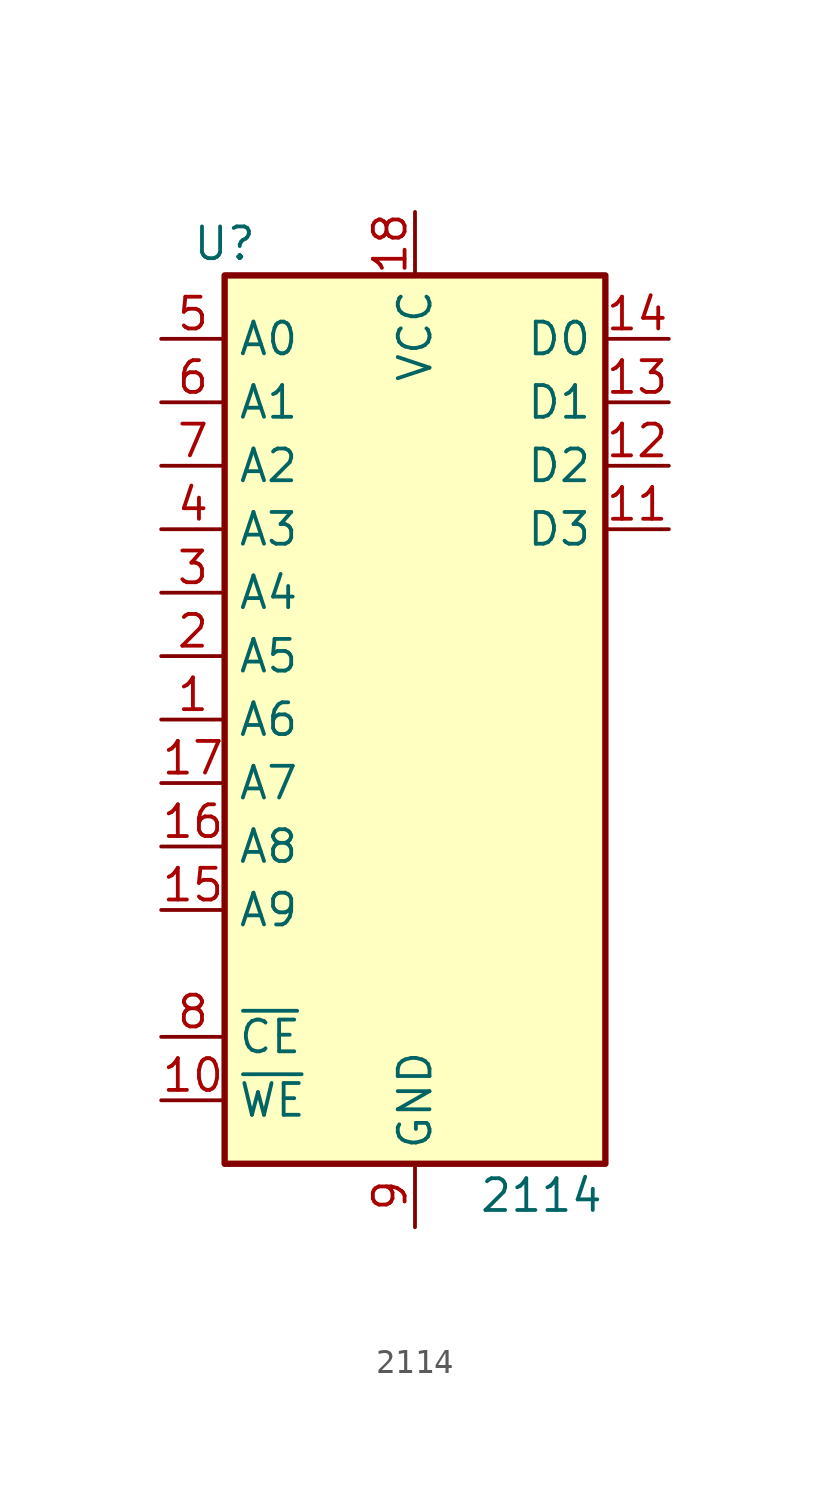
<source format=kicad_sym>
(kicad_symbol_lib
  (version 20231120)
  (generator "kicad_symbol_editor")
  (generator_version "8.0")
  (symbol "2114"
    (property "Reference" "U"
      (at -7.62 19.05 0)
      (effects (font (size 1.27 1.27))))
    (property "Value" "2114"
      (at 2.54 -19.05 0)
      (effects (font (size 1.27 1.27)) (justify left)))
    (symbol "2114_1_1"
      (rectangle (start -7.62 17.78) (end 7.62 -17.78) (stroke (width 0.254) (type default)) (fill (type background)))
      (pin input line (at -10.16 0 0) (length 2.54) (name "A6" (effects (font (size 1.27 1.27)))) (number "1" (effects (font (size 1.27 1.27)))))
      (pin input line (at -10.16 -15.24 0) (length 2.54) (name "~{WE}" (effects (font (size 1.27 1.27)))) (number "10" (effects (font (size 1.27 1.27)))))
      (pin tri_state line (at 10.16 7.62 180) (length 2.54) (name "D3" (effects (font (size 1.27 1.27)))) (number "11" (effects (font (size 1.27 1.27)))))
      (pin tri_state line (at 10.16 10.16 180) (length 2.54) (name "D2" (effects (font (size 1.27 1.27)))) (number "12" (effects (font (size 1.27 1.27)))))
      (pin tri_state line (at 10.16 12.7 180) (length 2.54) (name "D1" (effects (font (size 1.27 1.27)))) (number "13" (effects (font (size 1.27 1.27)))))
      (pin tri_state line (at 10.16 15.24 180) (length 2.54) (name "D0" (effects (font (size 1.27 1.27)))) (number "14" (effects (font (size 1.27 1.27)))))
      (pin input line (at -10.16 -7.62 0) (length 2.54) (name "A9" (effects (font (size 1.27 1.27)))) (number "15" (effects (font (size 1.27 1.27)))))
      (pin input line (at -10.16 -5.08 0) (length 2.54) (name "A8" (effects (font (size 1.27 1.27)))) (number "16" (effects (font (size 1.27 1.27)))))
      (pin input line (at -10.16 -2.54 0) (length 2.54) (name "A7" (effects (font (size 1.27 1.27)))) (number "17" (effects (font (size 1.27 1.27)))))
      (pin power_in line (at 0 20.32 270) (length 2.54) (name "VCC" (effects (font (size 1.27 1.27)))) (number "18" (effects (font (size 1.27 1.27)))))
      (pin input line (at -10.16 2.54 0) (length 2.54) (name "A5" (effects (font (size 1.27 1.27)))) (number "2" (effects (font (size 1.27 1.27)))))
      (pin input line (at -10.16 5.08 0) (length 2.54) (name "A4" (effects (font (size 1.27 1.27)))) (number "3" (effects (font (size 1.27 1.27)))))
      (pin input line (at -10.16 7.62 0) (length 2.54) (name "A3" (effects (font (size 1.27 1.27)))) (number "4" (effects (font (size 1.27 1.27)))))
      (pin input line (at -10.16 15.24 0) (length 2.54) (name "A0" (effects (font (size 1.27 1.27)))) (number "5" (effects (font (size 1.27 1.27)))))
      (pin input line (at -10.16 12.7 0) (length 2.54) (name "A1" (effects (font (size 1.27 1.27)))) (number "6" (effects (font (size 1.27 1.27)))))
      (pin input line (at -10.16 10.16 0) (length 2.54) (name "A2" (effects (font (size 1.27 1.27)))) (number "7" (effects (font (size 1.27 1.27)))))
      (pin input line (at -10.16 -12.7 0) (length 2.54) (name "~{CE}" (effects (font (size 1.27 1.27)))) (number "8" (effects (font (size 1.27 1.27)))))
      (pin power_in line (at 0 -20.32 90) (length 2.54) (name "GND" (effects (font (size 1.27 1.27)))) (number "9" (effects (font (size 1.27 1.27))))))))
</source>
